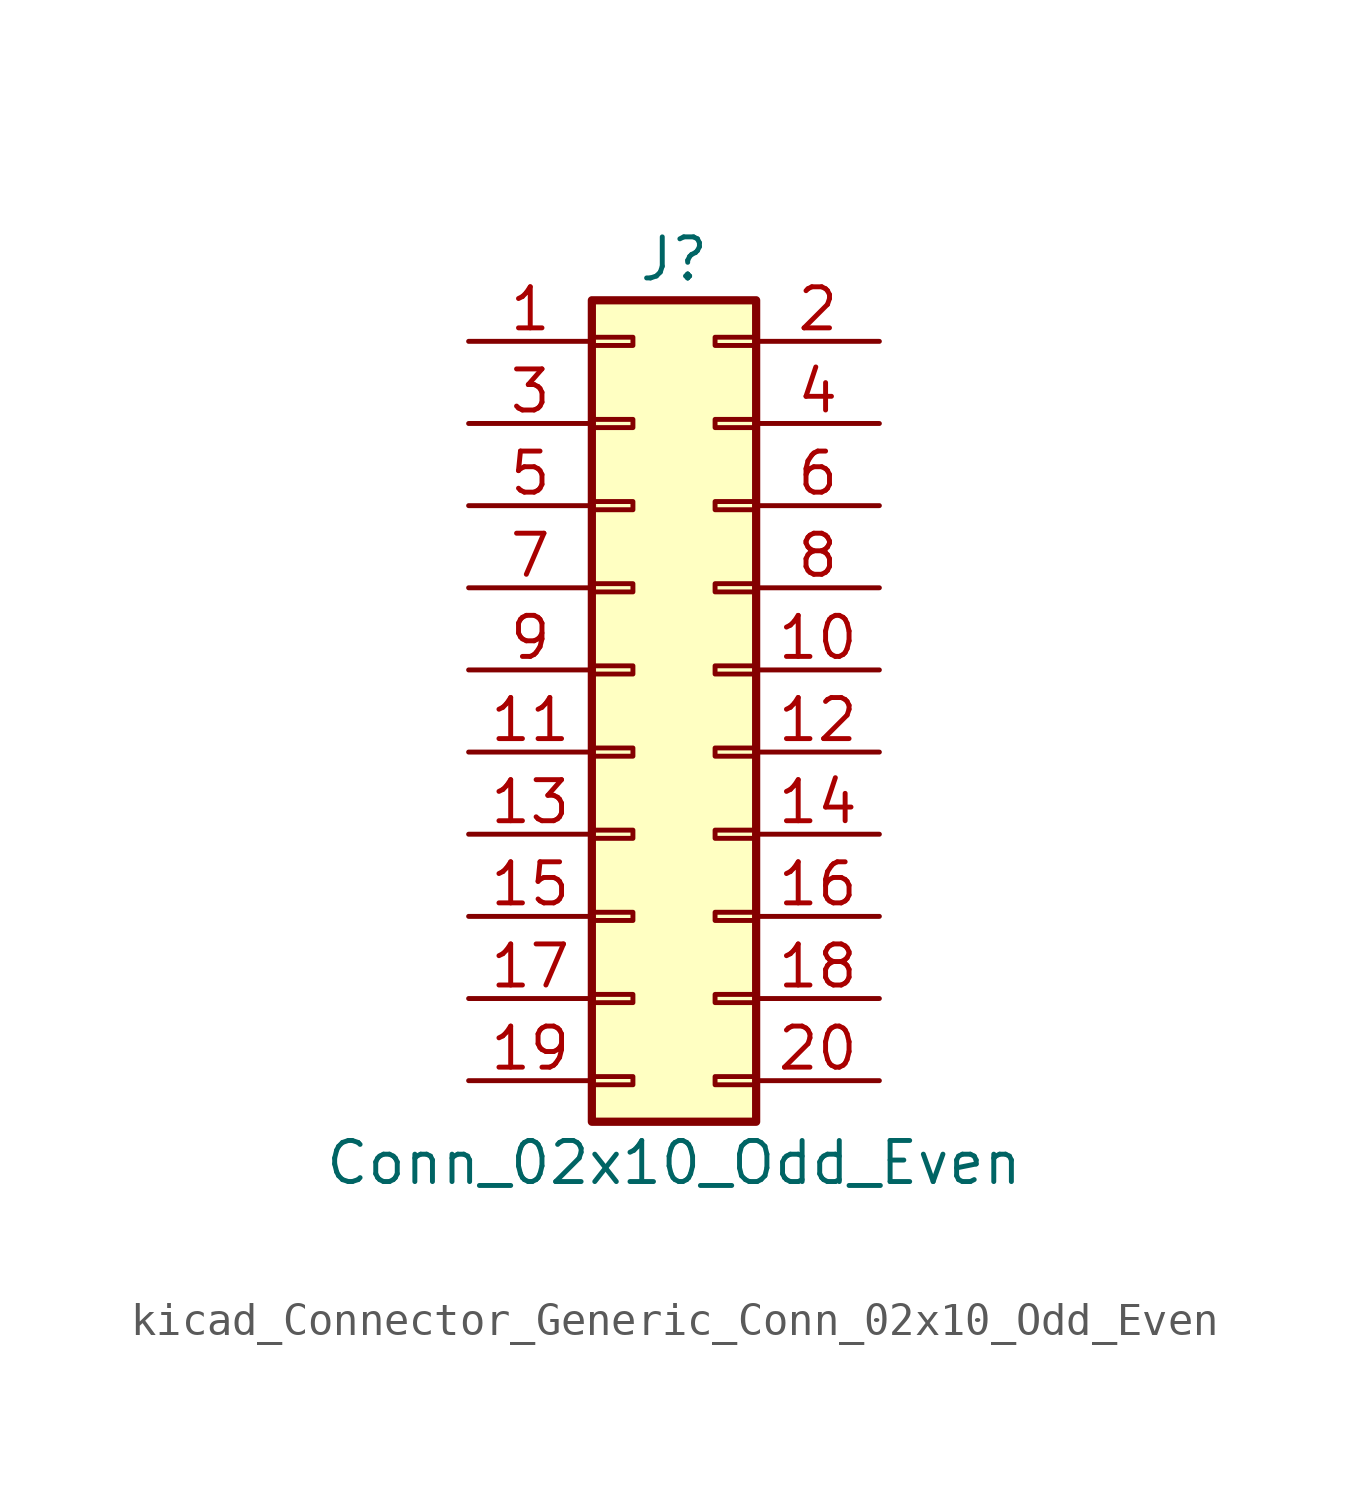
<source format=kicad_sym>
(kicad_symbol_lib
  (version 20220914)
  (generator kicad_symbol_editor)
  (symbol "kicad_Connector_Generic_Conn_02x10_Odd_Even"
    (pin_names
      (offset 1.016) hide)
    (property "Reference" "J"
      (at 1.27 12.7 0)
      (effects (font (size 1.27 1.27))))
    (property "Value" "Conn_02x10_Odd_Even"
      (at 1.27 -15.24 0)
      (effects (font (size 1.27 1.27))))
    (symbol "kicad_Connector_Generic_Conn_02x10_Odd_Even_1_1"
      (rectangle (start -1.27 -12.573) (end 0 -12.827) (stroke (width 0.152) (type default)) (fill (type none)))
      (rectangle (start -1.27 -10.033) (end 0 -10.287) (stroke (width 0.152) (type default)) (fill (type none)))
      (rectangle (start -1.27 -7.493) (end 0 -7.747) (stroke (width 0.152) (type default)) (fill (type none)))
      (rectangle (start -1.27 -4.953) (end 0 -5.207) (stroke (width 0.152) (type default)) (fill (type none)))
      (rectangle (start -1.27 -2.413) (end 0 -2.667) (stroke (width 0.152) (type default)) (fill (type none)))
      (rectangle (start -1.27 0.127) (end 0 -0.127) (stroke (width 0.152) (type default)) (fill (type none)))
      (rectangle (start -1.27 2.667) (end 0 2.413) (stroke (width 0.152) (type default)) (fill (type none)))
      (rectangle (start -1.27 5.207) (end 0 4.953) (stroke (width 0.152) (type default)) (fill (type none)))
      (rectangle (start -1.27 7.747) (end 0 7.493) (stroke (width 0.152) (type default)) (fill (type none)))
      (rectangle (start -1.27 10.287) (end 0 10.033) (stroke (width 0.152) (type default)) (fill (type none)))
      (rectangle (start -1.27 11.43) (end 3.81 -13.97) (stroke (width 0.254) (type default)) (fill (type background)))
      (rectangle (start 3.81 -12.573) (end 2.54 -12.827) (stroke (width 0.152) (type default)) (fill (type none)))
      (rectangle (start 3.81 -10.033) (end 2.54 -10.287) (stroke (width 0.152) (type default)) (fill (type none)))
      (rectangle (start 3.81 -7.493) (end 2.54 -7.747) (stroke (width 0.152) (type default)) (fill (type none)))
      (rectangle (start 3.81 -4.953) (end 2.54 -5.207) (stroke (width 0.152) (type default)) (fill (type none)))
      (rectangle (start 3.81 -2.413) (end 2.54 -2.667) (stroke (width 0.152) (type default)) (fill (type none)))
      (rectangle (start 3.81 0.127) (end 2.54 -0.127) (stroke (width 0.152) (type default)) (fill (type none)))
      (rectangle (start 3.81 2.667) (end 2.54 2.413) (stroke (width 0.152) (type default)) (fill (type none)))
      (rectangle (start 3.81 5.207) (end 2.54 4.953) (stroke (width 0.152) (type default)) (fill (type none)))
      (rectangle (start 3.81 7.747) (end 2.54 7.493) (stroke (width 0.152) (type default)) (fill (type none)))
      (rectangle (start 3.81 10.287) (end 2.54 10.033) (stroke (width 0.152) (type default)) (fill (type none)))
      (pin passive line (at -5.08 10.16 0) (length 3.81) (name "Pin_1" (effects (font (size 1.27 1.27)))) (number "1" (effects (font (size 1.27 1.27)))))
      (pin passive line (at 7.62 0 180) (length 3.81) (name "Pin_10" (effects (font (size 1.27 1.27)))) (number "10" (effects (font (size 1.27 1.27)))))
      (pin passive line (at -5.08 -2.54 0) (length 3.81) (name "Pin_11" (effects (font (size 1.27 1.27)))) (number "11" (effects (font (size 1.27 1.27)))))
      (pin passive line (at 7.62 -2.54 180) (length 3.81) (name "Pin_12" (effects (font (size 1.27 1.27)))) (number "12" (effects (font (size 1.27 1.27)))))
      (pin passive line (at -5.08 -5.08 0) (length 3.81) (name "Pin_13" (effects (font (size 1.27 1.27)))) (number "13" (effects (font (size 1.27 1.27)))))
      (pin passive line (at 7.62 -5.08 180) (length 3.81) (name "Pin_14" (effects (font (size 1.27 1.27)))) (number "14" (effects (font (size 1.27 1.27)))))
      (pin passive line (at -5.08 -7.62 0) (length 3.81) (name "Pin_15" (effects (font (size 1.27 1.27)))) (number "15" (effects (font (size 1.27 1.27)))))
      (pin passive line (at 7.62 -7.62 180) (length 3.81) (name "Pin_16" (effects (font (size 1.27 1.27)))) (number "16" (effects (font (size 1.27 1.27)))))
      (pin passive line (at -5.08 -10.16 0) (length 3.81) (name "Pin_17" (effects (font (size 1.27 1.27)))) (number "17" (effects (font (size 1.27 1.27)))))
      (pin passive line (at 7.62 -10.16 180) (length 3.81) (name "Pin_18" (effects (font (size 1.27 1.27)))) (number "18" (effects (font (size 1.27 1.27)))))
      (pin passive line (at -5.08 -12.7 0) (length 3.81) (name "Pin_19" (effects (font (size 1.27 1.27)))) (number "19" (effects (font (size 1.27 1.27)))))
      (pin passive line (at 7.62 10.16 180) (length 3.81) (name "Pin_2" (effects (font (size 1.27 1.27)))) (number "2" (effects (font (size 1.27 1.27)))))
      (pin passive line (at 7.62 -12.7 180) (length 3.81) (name "Pin_20" (effects (font (size 1.27 1.27)))) (number "20" (effects (font (size 1.27 1.27)))))
      (pin passive line (at -5.08 7.62 0) (length 3.81) (name "Pin_3" (effects (font (size 1.27 1.27)))) (number "3" (effects (font (size 1.27 1.27)))))
      (pin passive line (at 7.62 7.62 180) (length 3.81) (name "Pin_4" (effects (font (size 1.27 1.27)))) (number "4" (effects (font (size 1.27 1.27)))))
      (pin passive line (at -5.08 5.08 0) (length 3.81) (name "Pin_5" (effects (font (size 1.27 1.27)))) (number "5" (effects (font (size 1.27 1.27)))))
      (pin passive line (at 7.62 5.08 180) (length 3.81) (name "Pin_6" (effects (font (size 1.27 1.27)))) (number "6" (effects (font (size 1.27 1.27)))))
      (pin passive line (at -5.08 2.54 0) (length 3.81) (name "Pin_7" (effects (font (size 1.27 1.27)))) (number "7" (effects (font (size 1.27 1.27)))))
      (pin passive line (at 7.62 2.54 180) (length 3.81) (name "Pin_8" (effects (font (size 1.27 1.27)))) (number "8" (effects (font (size 1.27 1.27)))))
      (pin passive line (at -5.08 0 0) (length 3.81) (name "Pin_9" (effects (font (size 1.27 1.27)))) (number "9" (effects (font (size 1.27 1.27))))))))
</source>
